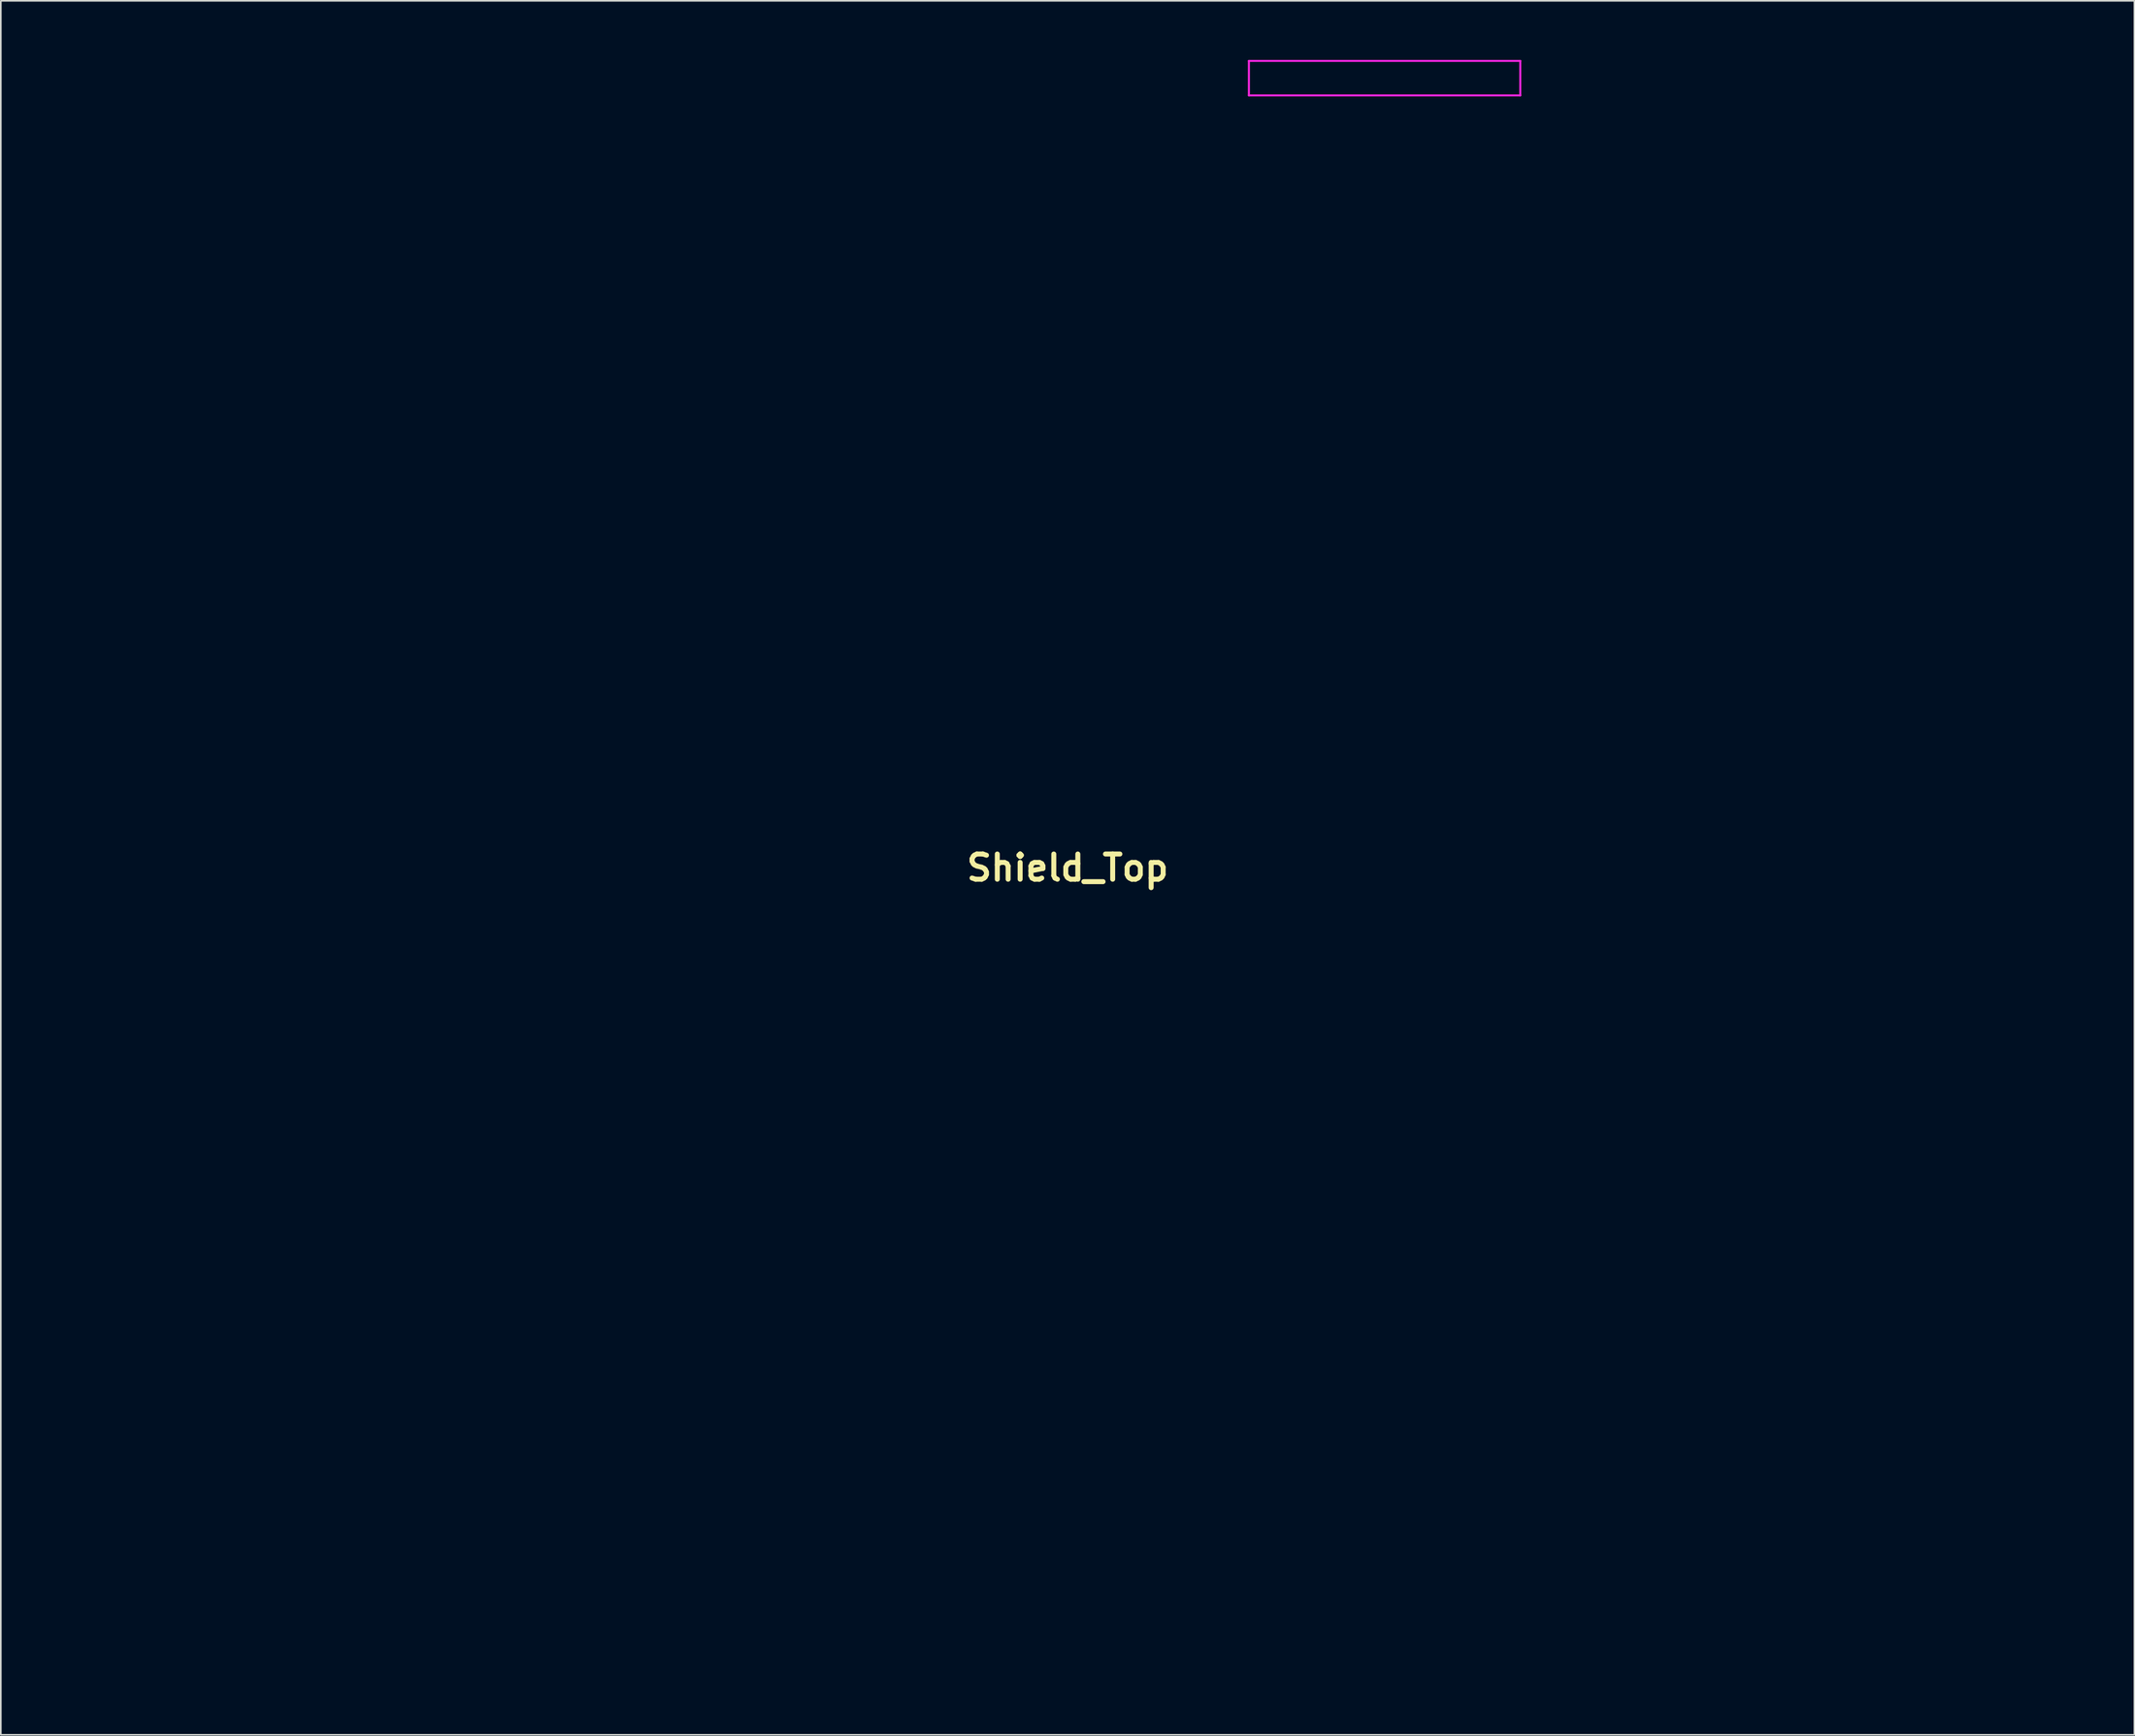
<source format=kicad_pcb>
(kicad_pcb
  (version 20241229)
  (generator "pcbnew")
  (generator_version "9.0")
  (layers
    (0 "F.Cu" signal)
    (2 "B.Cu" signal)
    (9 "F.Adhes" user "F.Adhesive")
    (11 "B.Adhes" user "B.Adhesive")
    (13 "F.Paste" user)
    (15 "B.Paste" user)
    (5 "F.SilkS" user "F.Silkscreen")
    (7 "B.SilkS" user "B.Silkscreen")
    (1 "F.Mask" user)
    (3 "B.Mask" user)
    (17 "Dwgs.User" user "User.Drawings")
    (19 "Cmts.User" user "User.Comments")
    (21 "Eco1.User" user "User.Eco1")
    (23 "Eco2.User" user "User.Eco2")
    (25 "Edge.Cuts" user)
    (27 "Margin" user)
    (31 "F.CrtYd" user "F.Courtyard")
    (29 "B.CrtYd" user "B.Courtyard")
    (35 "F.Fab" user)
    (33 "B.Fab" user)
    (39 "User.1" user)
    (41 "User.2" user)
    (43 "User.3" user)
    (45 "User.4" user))
  (footprint "Shield_Top"
    (layer "F.Cu")
    (at 61.409 49.372)
    (property "Reference" "Shield_Top" (at 0 0 0) (layer "F.SilkS") (effects (font (size 1.524 1.524) (thickness 0.3))))
    (attr through_hole)
    (fp_poly (pts (xy 47.281 -47.786) (xy 47.281 -47.342) (xy 47.279 -46.99) (xy 47.277 -46.718) (xy 47.272 -46.516) (xy 47.264 -46.373) (xy 47.253 -46.278) (xy 47.237 -46.221) (xy 47.217 -46.191) (xy 47.191 -46.177) (xy 47.179 -46.173) (xy 47.096 -46.122) (xy 47.077 -46.076) (xy 47.064 -46.064) (xy 47.023 -46.054) (xy 46.948 -46.045) (xy 46.834 -46.037) (xy 46.674 -46.03) (xy 46.463 -46.024) (xy 46.196 -46.019) (xy 45.867 -46.015) (xy 45.471 -46.012) (xy 45.002 -46.01) (xy 44.454 -46.008) (xy 43.822 -46.007) (xy 43.101 -46.006) (xy 42.285 -46.006) (xy 42.078 -46.006) (xy 37.08 -46.006) (xy 37.08 -49.372) (xy 47.281 -49.372)) (stroke (width 0) (type solid)) (fill yes) (layer "F.Mask"))
    (fp_poly (pts (xy 31.214 -47.786) (xy 31.214 -47.342) (xy 31.213 -46.99) (xy 31.211 -46.718) (xy 31.206 -46.516) (xy 31.198 -46.373) (xy 31.187 -46.278) (xy 31.171 -46.221) (xy 31.151 -46.191) (xy 31.124 -46.177) (xy 31.112 -46.173) (xy 31.03 -46.122) (xy 31.01 -46.076) (xy 30.999 -46.068) (xy 30.961 -46.061) (xy 30.894 -46.054) (xy 30.793 -46.047) (xy 30.655 -46.042) (xy 30.476 -46.036) (xy 30.252 -46.032) (xy 29.98 -46.027) (xy 29.656 -46.024) (xy 29.276 -46.02) (xy 28.836 -46.017) (xy 28.332 -46.015) (xy 27.762 -46.013) (xy 27.121 -46.011) (xy 26.405 -46.009) (xy 25.61 -46.008) (xy 24.733 -46.007) (xy 23.771 -46.007) (xy 22.719 -46.006) (xy 21.573 -46.006) (xy 20.33 -46.006) (xy 19.943 -46.006) (xy 8.875 -46.006) (xy 8.875 -49.372) (xy 31.214 -49.372)) (stroke (width 0) (type solid)) (fill yes) (layer "F.Mask"))
    (fp_poly (pts (xy 44.373 46.597) (xy 44.373 47.176) (xy 44.373 47.661) (xy 44.372 48.061) (xy 44.369 48.384) (xy 44.366 48.639) (xy 44.36 48.833) (xy 44.353 48.975) (xy 44.343 49.075) (xy 44.331 49.138) (xy 44.315 49.176) (xy 44.297 49.195) (xy 44.274 49.203) (xy 44.271 49.204) (xy 44.189 49.255) (xy 44.169 49.301) (xy 44.158 49.305) (xy 44.124 49.309) (xy 44.063 49.313) (xy 43.976 49.317) (xy 43.859 49.32) (xy 43.711 49.324) (xy 43.53 49.327) (xy 43.314 49.33) (xy 43.061 49.333) (xy 42.77 49.336) (xy 42.438 49.339) (xy 42.064 49.341) (xy 41.646 49.343) (xy 41.181 49.346) (xy 40.669 49.348) (xy 40.106 49.35) (xy 39.492 49.352) (xy 38.824 49.354) (xy 38.101 49.355) (xy 37.32 49.357) (xy 36.48 49.359) (xy 35.578 49.36) (xy 34.614 49.361) (xy 33.584 49.363) (xy 32.488 49.364) (xy 31.323 49.365) (xy 30.088 49.366) (xy 28.78 49.367) (xy 27.398 49.367) (xy 25.94 49.368) (xy 24.403 49.369) (xy 22.787 49.369) (xy 21.088 49.37) (xy 19.306 49.37) (xy 17.439 49.371) (xy 15.484 49.371) (xy 13.439 49.371) (xy 11.304 49.371) (xy 9.075 49.372) (xy 6.751 49.372) (xy 4.33 49.372) (xy 1.811 49.372) (xy -0.102 49.372) (xy -44.373 49.372) (xy -44.373 46.774) (xy -18.141 46.774) (xy -18.057 47.097) (xy -17.894 47.372) (xy -17.663 47.584) (xy -17.394 47.713) (xy -17.208 47.765) (xy -17.07 47.782) (xy -16.933 47.766) (xy -16.755 47.717) (xy -16.476 47.583) (xy -16.247 47.376) (xy -16.083 47.115) (xy -15.995 46.822) (xy -15.995 46.808) (xy 15.989 46.808) (xy 16.075 47.094) (xy 16.233 47.354) (xy 16.448 47.565) (xy 16.708 47.705) (xy 16.735 47.714) (xy 16.915 47.765) (xy 17.05 47.782) (xy 17.187 47.766) (xy 17.372 47.716) (xy 17.642 47.588) (xy 17.879 47.388) (xy 18.036 47.166) (xy 18.132 46.877) (xy 18.139 46.578) (xy 18.063 46.289) (xy 17.913 46.028) (xy 17.697 45.813) (xy 17.423 45.665) (xy 17.398 45.656) (xy 17.104 45.601) (xy 16.812 45.641) (xy 16.58 45.733) (xy 16.319 45.916) (xy 16.121 46.164) (xy 16.002 46.454) (xy 15.989 46.518) (xy 15.989 46.808) (xy -15.995 46.808) (xy -15.994 46.53) (xy -16.086 46.233) (xy -16.255 45.981) (xy -16.484 45.785) (xy -16.755 45.656) (xy -17.05 45.605) (xy -17.353 45.642) (xy -17.398 45.656) (xy -17.672 45.796) (xy -17.897 46.005) (xy -18.057 46.263) (xy -18.139 46.549) (xy -18.141 46.774) (xy -44.373 46.774) (xy -44.373 44.016) (xy 44.373 44.016)) (stroke (width 0) (type solid)) (fill yes) (layer "F.Mask"))
    (fp_poly (pts (xy -13.873 -46.006) (xy -34.364 -45.993) (xy -36.088 -45.992) (xy -37.713 -45.991) (xy -39.242 -45.99) (xy -40.678 -45.989) (xy -42.023 -45.988) (xy -43.282 -45.987) (xy -44.456 -45.985) (xy -45.549 -45.984) (xy -46.564 -45.983) (xy -47.503 -45.981) (xy -48.371 -45.98) (xy -49.169 -45.978) (xy -49.9 -45.976) (xy -50.568 -45.974) (xy -51.176 -45.972) (xy -51.726 -45.97) (xy -52.222 -45.967) (xy -52.666 -45.965) (xy -53.062 -45.962) (xy -53.412 -45.959) (xy -53.72 -45.955) (xy -53.987 -45.951) (xy -54.219 -45.947) (xy -54.416 -45.943) (xy -54.583 -45.939) (xy -54.722 -45.934) (xy -54.836 -45.928) (xy -54.929 -45.923) (xy -55.002 -45.917) (xy -55.06 -45.91) (xy -55.105 -45.903) (xy -55.14 -45.896) (xy -55.161 -45.891) (xy -55.343 -45.828) (xy -55.578 -45.733) (xy -55.827 -45.623) (xy -55.951 -45.563) (xy -56.183 -45.443) (xy -56.373 -45.327) (xy -56.55 -45.191) (xy -56.744 -45.014) (xy -56.899 -44.862) (xy -57.115 -44.64) (xy -57.276 -44.454) (xy -57.404 -44.275) (xy -57.519 -44.075) (xy -57.601 -43.914) (xy -57.642 -43.834) (xy -57.681 -43.764) (xy -57.717 -43.702) (xy -57.75 -43.643) (xy -57.781 -43.585) (xy -57.81 -43.524) (xy -57.836 -43.455) (xy -57.859 -43.376) (xy -57.881 -43.283) (xy -57.901 -43.172) (xy -57.918 -43.039) (xy -57.934 -42.88) (xy -57.948 -42.693) (xy -57.961 -42.474) (xy -57.972 -42.218) (xy -57.981 -41.922) (xy -57.989 -41.583) (xy -57.996 -41.197) (xy -58.002 -40.76) (xy -58.006 -40.269) (xy -58.01 -39.72) (xy -58.013 -39.109) (xy -58.015 -38.433) (xy -58.017 -37.687) (xy -58.018 -36.87) (xy -58.018 -35.976) (xy -58.018 -35.002) (xy -58.018 -33.944) (xy -58.018 -32.8) (xy -58.017 -31.565) (xy -58.017 -30.235) (xy -58.017 -28.807) (xy -58.017 -28.69) (xy -58.017 -14.613) (xy -57.885 -14.332) (xy -57.658 -13.953) (xy -57.369 -13.653) (xy -57.01 -13.425) (xy -56.793 -13.333) (xy -56.741 -13.315) (xy -56.68 -13.3) (xy -56.603 -13.287) (xy -56.503 -13.275) (xy -56.372 -13.265) (xy -56.205 -13.256) (xy -55.994 -13.249) (xy -55.731 -13.242) (xy -55.41 -13.236) (xy -55.024 -13.23) (xy -54.566 -13.225) (xy -54.029 -13.22) (xy -53.405 -13.214) (xy -52.687 -13.209) (xy -52.509 -13.207) (xy -51.752 -13.201) (xy -51.09 -13.196) (xy -50.512 -13.19) (xy -50.01 -13.184) (xy -49.577 -13.177) (xy -49.203 -13.168) (xy -48.88 -13.157) (xy -48.599 -13.144) (xy -48.353 -13.127) (xy -48.131 -13.107) (xy -47.927 -13.083) (xy -47.731 -13.054) (xy -47.535 -13.021) (xy -47.33 -12.981) (xy -47.108 -12.936) (xy -46.86 -12.884) (xy -46.812 -12.874) (xy -45.577 -12.563) (xy -44.375 -12.155) (xy -43.207 -11.652) (xy -42.074 -11.053) (xy -40.979 -10.361) (xy -39.962 -9.606) (xy -39.615 -9.315) (xy -39.23 -8.965) (xy -38.827 -8.579) (xy -38.427 -8.177) (xy -38.053 -7.78) (xy -37.724 -7.41) (xy -37.542 -7.192) (xy -37.247 -6.805) (xy -36.93 -6.36) (xy -36.61 -5.886) (xy -36.306 -5.412) (xy -36.037 -4.966) (xy -35.885 -4.693) (xy -35.731 -4.416) (xy -35.608 -4.213) (xy -35.499 -4.067) (xy -35.39 -3.961) (xy -35.267 -3.877) (xy -35.146 -3.813) (xy -34.912 -3.698) (xy -27.848 -3.683) (xy -26.67 -3.681) (xy -25.594 -3.68) (xy -24.62 -3.68) (xy -23.746 -3.681) (xy -22.973 -3.683) (xy -22.301 -3.686) (xy -21.728 -3.69) (xy -21.256 -3.695) (xy -20.882 -3.701) (xy -20.608 -3.708) (xy -20.433 -3.716) (xy -20.378 -3.721) (xy -19.961 -3.812) (xy -19.572 -3.965) (xy -19.241 -4.167) (xy -19.159 -4.234) (xy -19.04 -4.353) (xy -18.888 -4.525) (xy -18.73 -4.719) (xy -18.677 -4.789) (xy -18.519 -4.986) (xy -18.315 -5.221) (xy -18.095 -5.461) (xy -17.927 -5.635) (xy -17.22 -6.27) (xy -16.456 -6.822) (xy -15.634 -7.289) (xy -14.755 -7.672) (xy -13.819 -7.971) (xy -13.433 -8.066) (xy -13.346 -8.085) (xy -13.261 -8.102) (xy -13.172 -8.117) (xy -13.071 -8.13) (xy -12.953 -8.142) (xy -12.81 -8.151) (xy -12.635 -8.16) (xy -12.422 -8.167) (xy -12.164 -8.174) (xy -11.854 -8.179) (xy -11.486 -8.184) (xy -11.052 -8.189) (xy -10.545 -8.193) (xy -9.96 -8.197) (xy -9.288 -8.202) (xy -8.524 -8.206) (xy -8.212 -8.208) (xy -3.494 -8.237) (xy -3.2 -8.356) (xy -2.837 -8.545) (xy -2.491 -8.802) (xy -2.2 -9.098) (xy -2.15 -9.163) (xy -2.037 -9.343) (xy -1.913 -9.587) (xy -1.796 -9.86) (xy -1.76 -9.954) (xy -1.366 -10.898) (xy -0.901 -11.77) (xy -0.364 -12.571) (xy 0.246 -13.3) (xy 0.93 -13.96) (xy 1.688 -14.551) (xy 1.913 -14.703) (xy 2.653 -15.146) (xy 3.418 -15.511) (xy 3.54 -15.556) (xy 35.55 -15.556) (xy 35.598 -15.268) (xy 35.729 -14.993) (xy 35.926 -14.756) (xy 36.171 -14.585) (xy 36.184 -14.579) (xy 36.462 -14.5) (xy 36.765 -14.497) (xy 37.057 -14.569) (xy 37.245 -14.668) (xy 37.48 -14.889) (xy 37.634 -15.151) (xy 37.707 -15.438) (xy 37.701 -15.731) (xy 37.618 -16.012) (xy 37.458 -16.265) (xy 37.222 -16.472) (xy 37.12 -16.53) (xy 36.879 -16.607) (xy 36.6 -16.626) (xy 36.327 -16.588) (xy 36.168 -16.528) (xy 35.91 -16.345) (xy 35.711 -16.1) (xy 35.587 -15.815) (xy 35.55 -15.556) (xy 3.54 -15.556) (xy 4.226 -15.807) (xy 5.096 -16.04) (xy 5.508 -16.126) (xy 6.095 -16.238) (xy 19.101 -16.267) (xy 32.107 -16.296) (xy 32.617 -16.436) (xy 33.221 -16.643) (xy 33.281 -16.671) (xy 57.643 -16.671) (xy 57.66 -16.364) (xy 57.774 -16.069) (xy 57.931 -15.851) (xy 58.068 -15.718) (xy 58.208 -15.611) (xy 58.272 -15.576) (xy 58.483 -15.521) (xy 58.74 -15.508) (xy 58.995 -15.535) (xy 59.202 -15.601) (xy 59.205 -15.602) (xy 59.477 -15.795) (xy 59.669 -16.047) (xy 59.775 -16.351) (xy 59.795 -16.583) (xy 59.749 -16.896) (xy 59.625 -17.161) (xy 59.438 -17.375) (xy 59.205 -17.53) (xy 58.942 -17.623) (xy 58.663 -17.646) (xy 58.384 -17.596) (xy 58.121 -17.465) (xy 57.898 -17.259) (xy 57.722 -16.973) (xy 57.643 -16.671) (xy 33.281 -16.671) (xy 33.833 -16.928) (xy 34.425 -17.276) (xy 34.908 -17.624) (xy 35.4 -18.001) (xy 35.849 -18.31) (xy 36.279 -18.561) (xy 36.71 -18.766) (xy 37.165 -18.935) (xy 37.665 -19.08) (xy 37.921 -19.143) (xy 37.98 -19.156) (xy 38.038 -19.168) (xy 38.102 -19.179) (xy 38.176 -19.189) (xy 38.264 -19.198) (xy 38.371 -19.206) (xy 38.502 -19.214) (xy 38.661 -19.221) (xy 38.853 -19.227) (xy 39.083 -19.232) (xy 39.354 -19.237) (xy 39.673 -19.241) (xy 40.042 -19.245) (xy 40.468 -19.249) (xy 40.954 -19.252) (xy 41.505 -19.256) (xy 42.127 -19.259) (xy 42.822 -19.262) (xy 43.597 -19.265) (xy 44.455 -19.267) (xy 45.401 -19.271) (xy 46.441 -19.274) (xy 47.561 -19.277) (xy 56.742 -19.305) (xy 57.065 -19.48) (xy 57.413 -19.718) (xy 57.69 -20.021) (xy 57.883 -20.351) (xy 58.017 -20.631) (xy 58.032 -31.98) (xy 58.033 -33.393) (xy 58.034 -34.705) (xy 58.035 -35.92) (xy 58.035 -37.038) (xy 58.035 -38.062) (xy 58.034 -38.994) (xy 58.032 -39.834) (xy 58.03 -40.586) (xy 58.028 -41.251) (xy 58.024 -41.831) (xy 58.021 -42.329) (xy 58.016 -42.744) (xy 58.012 -43.081) (xy 58.006 -43.34) (xy 58 -43.524) (xy 57.994 -43.634) (xy 57.99 -43.659) (xy 57.94 -43.866) (xy 57.856 -44.115) (xy 57.755 -44.362) (xy 57.73 -44.416) (xy 57.459 -44.868) (xy 57.111 -45.252) (xy 56.686 -45.571) (xy 56.183 -45.823) (xy 56.028 -45.883) (xy 55.931 -45.912) (xy 55.812 -45.936) (xy 55.658 -45.955) (xy 55.455 -45.97) (xy 55.19 -45.982) (xy 54.849 -45.993) (xy 54.447 -46.003) (xy 53.121 -46.031) (xy 53.117 -46.538) (xy 57.649 -46.538) (xy 57.738 -46.242) (xy 57.925 -45.969) (xy 57.966 -45.927) (xy 58.232 -45.724) (xy 58.524 -45.619) (xy 58.834 -45.612) (xy 59.154 -45.706) (xy 59.209 -45.731) (xy 59.477 -45.916) (xy 59.667 -46.152) (xy 59.777 -46.424) (xy 59.805 -46.715) (xy 59.746 -47.008) (xy 59.6 -47.287) (xy 59.473 -47.436) (xy 59.21 -47.636) (xy 58.923 -47.746) (xy 58.629 -47.768) (xy 58.344 -47.706) (xy 58.085 -47.562) (xy 57.868 -47.338) (xy 57.768 -47.172) (xy 57.658 -46.851) (xy 57.649 -46.538) (xy 53.117 -46.538) (xy 53.107 -47.702) (xy 53.094 -49.372) (xy 61.409 -49.372) (xy 61.409 49.372) (xy 54.013 49.372) (xy 54.013 46.697) (xy 57.65 46.697) (xy 57.743 47.017) (xy 57.768 47.07) (xy 57.951 47.335) (xy 58.196 47.531) (xy 58.463 47.639) (xy 58.627 47.672) (xy 58.757 47.678) (xy 58.899 47.653) (xy 59.05 47.611) (xy 59.319 47.483) (xy 59.54 47.282) (xy 59.701 47.03) (xy 59.791 46.748) (xy 59.796 46.456) (xy 59.777 46.356) (xy 59.654 46.043) (xy 59.466 45.804) (xy 59.209 45.629) (xy 58.888 45.519) (xy 58.575 45.51) (xy 58.279 45.599) (xy 58.007 45.786) (xy 57.965 45.826) (xy 57.762 46.093) (xy 57.657 46.386) (xy 57.65 46.697) (xy 54.013 46.697) (xy 54.013 44.029) (xy 54.173 43.997) (xy 54.332 43.976) (xy 54.517 43.966) (xy 54.547 43.965) (xy 54.703 43.952) (xy 54.914 43.918) (xy 55.137 43.869) (xy 55.162 43.863) (xy 55.748 43.662) (xy 56.285 43.375) (xy 56.766 43.007) (xy 57.182 42.565) (xy 57.525 42.057) (xy 57.634 41.849) (xy 57.695 41.725) (xy 57.749 41.615) (xy 57.797 41.513) (xy 57.839 41.412) (xy 57.875 41.305) (xy 57.906 41.187) (xy 57.932 41.051) (xy 57.954 40.889) (xy 57.971 40.697) (xy 57.985 40.467) (xy 57.996 40.192) (xy 58.005 39.867) (xy 58.01 39.485) (xy 58.014 39.039) (xy 58.016 38.522) (xy 58.017 37.93) (xy 58.017 37.254) (xy 58.017 36.488) (xy 58.017 35.703) (xy 58.017 30.628) (xy 57.898 30.283) (xy 57.702 29.836) (xy 57.441 29.449) (xy 57.103 29.111) (xy 56.679 28.807) (xy 56.589 28.754) (xy 56.227 28.503) (xy 55.887 28.193) (xy 55.596 27.852) (xy 55.378 27.504) (xy 55.376 27.499) (xy 55.256 27.24) (xy 55.166 26.989) (xy 55.103 26.727) (xy 55.063 26.435) (xy 55.043 26.092) (xy 55.04 25.678) (xy 55.044 25.462) (xy 57.651 25.462) (xy 57.654 25.757) (xy 57.738 26.041) (xy 57.897 26.295) (xy 58.127 26.502) (xy 58.272 26.583) (xy 58.548 26.661) (xy 58.85 26.663) (xy 59.14 26.592) (xy 59.329 26.492) (xy 59.561 26.275) (xy 59.713 26.016) (xy 59.788 25.733) (xy 59.787 25.444) (xy 59.711 25.167) (xy 59.563 24.918) (xy 59.343 24.715) (xy 59.153 24.612) (xy 58.841 24.534) (xy 58.525 24.55) (xy 58.225 24.656) (xy 57.963 24.846) (xy 57.9 24.911) (xy 57.732 25.174) (xy 57.651 25.462) (xy 55.044 25.462) (xy 55.045 25.411) (xy 55.054 25.066) (xy 55.064 24.804) (xy 55.079 24.605) (xy 55.099 24.451) (xy 55.127 24.321) (xy 55.166 24.197) (xy 55.194 24.119) (xy 55.441 23.597) (xy 55.763 23.142) (xy 56.165 22.75) (xy 56.613 22.438) (xy 57.056 22.132) (xy 57.412 21.783) (xy 57.694 21.379) (xy 57.902 20.933) (xy 58.017 20.631) (xy 58.032 4.692) (xy 58.033 3.007) (xy 58.034 1.422) (xy 58.035 -0.065) (xy 58.035 -1.454) (xy 58.035 -2.747) (xy 58.035 -3.946) (xy 58.034 -5.052) (xy 58.033 -6.067) (xy 58.031 -6.992) (xy 58.029 -7.829) (xy 58.027 -8.58) (xy 58.024 -9.245) (xy 58.021 -9.827) (xy 58.017 -10.327) (xy 58.013 -10.747) (xy 58.009 -11.088) (xy 58.004 -11.352) (xy 57.999 -11.54) (xy 57.993 -11.654) (xy 57.991 -11.68) (xy 57.861 -12.312) (xy 57.64 -12.935) (xy 57.337 -13.528) (xy 56.961 -14.069) (xy 56.751 -14.312) (xy 56.256 -14.782) (xy 55.72 -15.167) (xy 55.129 -15.476) (xy 54.538 -15.696) (xy 54.09 -15.837) (xy 47.93 -15.851) (xy 46.986 -15.853) (xy 46.137 -15.855) (xy 45.38 -15.856) (xy 44.707 -15.857) (xy 44.114 -15.857) (xy 43.594 -15.855) (xy 43.143 -15.852) (xy 42.753 -15.848) (xy 42.421 -15.841) (xy 42.139 -15.832) (xy 41.902 -15.821) (xy 41.706 -15.807) (xy 41.543 -15.79) (xy 41.408 -15.77) (xy 41.297 -15.746) (xy 41.202 -15.719) (xy 41.118 -15.687) (xy 41.04 -15.652) (xy 40.962 -15.612) (xy 40.878 -15.567) (xy 40.829 -15.541) (xy 40.541 -15.355) (xy 40.247 -15.102) (xy 39.973 -14.81) (xy 39.747 -14.508) (xy 39.64 -14.321) (xy 39.591 -14.221) (xy 39.547 -14.128) (xy 39.508 -14.038) (xy 39.474 -13.942) (xy 39.444 -13.837) (xy 39.419 -13.714) (xy 39.397 -13.568) (xy 39.38 -13.394) (xy 39.365 -13.184) (xy 39.353 -12.933) (xy 39.344 -12.634) (xy 39.338 -12.282) (xy 39.334 -11.87) (xy 39.331 -11.392) (xy 39.33 -10.842) (xy 39.33 -10.214) (xy 39.332 -9.502) (xy 39.334 -8.699) (xy 39.336 -7.915) (xy 39.35 -2.573) (xy 39.517 -2.234) (xy 39.743 -1.879) (xy 40.038 -1.583) (xy 40.382 -1.364) (xy 40.487 -1.318) (xy 40.565 -1.288) (xy 40.643 -1.264) (xy 40.732 -1.244) (xy 40.843 -1.228) (xy 40.986 -1.215) (xy 41.174 -1.205) (xy 41.417 -1.197) (xy 41.725 -1.189) (xy 42.111 -1.182) (xy 42.584 -1.175) (xy 42.741 -1.173) (xy 43.263 -1.165) (xy 43.694 -1.157) (xy 44.045 -1.147) (xy 44.328 -1.135) (xy 44.553 -1.119) (xy 44.731 -1.098) (xy 44.874 -1.069) (xy 44.992 -1.033) (xy 45.098 -0.986) (xy 45.201 -0.929) (xy 45.313 -0.86) (xy 45.324 -0.853) (xy 45.504 -0.716) (xy 45.701 -0.53) (xy 45.887 -0.326) (xy 46.033 -0.134) (xy 46.081 -0.053) (xy 46.133 0.047) (xy 46.178 0.138) (xy 46.215 0.226) (xy 46.246 0.322) (xy 46.272 0.433) (xy 46.292 0.568) (xy 46.309 0.737) (xy 46.322 0.948) (xy 46.332 1.209) (xy 46.339 1.529) (xy 46.346 1.918) (xy 46.351 2.382) (xy 46.356 2.933) (xy 46.361 3.519) (xy 46.388 6.503) (xy 46.526 6.784) (xy 46.758 7.152) (xy 47.055 7.442) (xy 47.419 7.657) (xy 47.851 7.797) (xy 48.202 7.851) (xy 48.445 7.881) (xy 48.678 7.921) (xy 48.862 7.964) (xy 48.911 7.98) (xy 49.328 8.182) (xy 49.689 8.463) (xy 49.983 8.811) (xy 50.201 9.213) (xy 50.332 9.658) (xy 50.339 9.702) (xy 50.354 9.851) (xy 50.367 10.085) (xy 50.377 10.387) (xy 50.384 10.74) (xy 50.388 11.127) (xy 50.39 11.531) (xy 50.389 11.936) (xy 50.385 12.324) (xy 50.379 12.679) (xy 50.37 12.984) (xy 50.358 13.222) (xy 50.343 13.376) (xy 50.342 13.383) (xy 50.218 13.836) (xy 50.006 14.244) (xy 49.712 14.599) (xy 49.341 14.894) (xy 48.899 15.123) (xy 48.786 15.167) (xy 48.705 15.178) (xy 48.529 15.189) (xy 48.257 15.199) (xy 47.888 15.209) (xy 47.421 15.217) (xy 46.856 15.226) (xy 46.191 15.233) (xy 45.426 15.24) (xy 44.56 15.246) (xy 44.169 15.249) (xy 39.707 15.276) (xy 39.386 15.424) (xy 39.056 15.627) (xy 38.764 15.904) (xy 38.535 16.23) (xy 38.448 16.411) (xy 38.33 16.704) (xy 38.304 26.726) (xy 38.279 36.748) (xy 38.133 37.044) (xy 37.928 37.378) (xy 37.659 37.688) (xy 37.355 37.947) (xy 37.121 38.09) (xy 36.85 38.205) (xy 36.566 38.282) (xy 36.249 38.321) (xy 35.875 38.326) (xy 35.479 38.304) (xy 34.578 38.204) (xy 33.738 38.043) (xy 32.936 37.815) (xy 32.146 37.513) (xy 31.648 37.283) (xy 31.448 37.184) (xy 31.26 37.085) (xy 31.072 36.978) (xy 30.869 36.857) (xy 30.639 36.711) (xy 30.369 36.534) (xy 30.044 36.316) (xy 29.652 36.049) (xy 29.557 35.984) (xy 28.785 35.513) (xy 27.959 35.116) (xy 27.094 34.796) (xy 26.674 34.684) (xy 33.569 34.684) (xy 33.57 34.716) (xy 33.637 35.042) (xy 33.784 35.313) (xy 34.003 35.52) (xy 34.282 35.653) (xy 34.612 35.703) (xy 34.632 35.703) (xy 34.913 35.673) (xy 35.146 35.584) (xy 35.394 35.401) (xy 35.571 35.16) (xy 35.675 34.883) (xy 35.703 34.588) (xy 35.652 34.295) (xy 35.521 34.024) (xy 35.384 33.862) (xy 35.127 33.682) (xy 34.835 33.586) (xy 34.528 33.574) (xy 34.23 33.646) (xy 33.961 33.803) (xy 33.9 33.857) (xy 33.701 34.099) (xy 33.593 34.368) (xy 33.569 34.684) (xy 26.674 34.684) (xy 26.206 34.559) (xy 25.313 34.41) (xy 24.43 34.355) (xy 24.405 34.355) (xy 23.639 34.351) (xy 23.298 34.519) (xy 22.932 34.754) (xy 22.631 35.066) (xy 22.431 35.389) (xy 22.403 35.449) (xy 22.379 35.51) (xy 22.36 35.581) (xy 22.344 35.673) (xy 22.332 35.795) (xy 22.323 35.958) (xy 22.316 36.173) (xy 22.311 36.448) (xy 22.307 36.796) (xy 22.303 37.225) (xy 22.299 37.73) (xy 22.284 39.834) (xy 6.835 39.834) (xy 6.835 37.2) (xy 8.47 37.2) (xy 8.51 37.474) (xy 8.546 37.578) (xy 8.71 37.85) (xy 8.936 38.052) (xy 9.208 38.178) (xy 9.508 38.224) (xy 9.819 38.184) (xy 10.071 38.082) (xy 10.313 37.897) (xy 10.484 37.657) (xy 10.581 37.381) (xy 10.603 37.087) (xy 10.547 36.796) (xy 10.411 36.526) (xy 10.252 36.347) (xy 9.986 36.168) (xy 9.695 36.079) (xy 9.397 36.076) (xy 9.111 36.157) (xy 8.852 36.316) (xy 8.64 36.552) (xy 8.566 36.678) (xy 8.489 36.919) (xy 8.47 37.2) (xy 6.835 37.2) (xy 6.835 26.382) (xy 6.835 24.803) (xy 6.835 24.762) (xy 10.226 24.762) (xy 10.226 30.985) (xy 10.343 31.273) (xy 10.547 31.645) (xy 10.831 31.965) (xy 11.181 32.219) (xy 11.48 32.359) (xy 11.568 32.386) (xy 11.673 32.406) (xy 11.808 32.419) (xy 11.99 32.425) (xy 12.232 32.426) (xy 12.55 32.422) (xy 12.853 32.415) (xy 13.249 32.403) (xy 13.67 32.385) (xy 14.084 32.363) (xy 14.461 32.338) (xy 14.769 32.313) (xy 14.788 32.311) (xy 15.458 32.237) (xy 16.119 32.148) (xy 16.794 32.04) (xy 17.503 31.909) (xy 18.269 31.752) (xy 19.05 31.579) (xy 19.485 31.486) (xy 19.975 31.391) (xy 20.488 31.299) (xy 20.99 31.216) (xy 21.447 31.148) (xy 21.702 31.115) (xy 21.933 31.089) (xy 22.164 31.066) (xy 22.403 31.046) (xy 22.657 31.029) (xy 22.934 31.014) (xy 23.242 31.001) (xy 23.586 30.99) (xy 23.976 30.981) (xy 24.418 30.974) (xy 24.92 30.969) (xy 25.488 30.965) (xy 26.132 30.962) (xy 26.857 30.96) (xy 27.672 30.96) (xy 28.305 30.959) (xy 29.263 30.959) (xy 30.119 30.957) (xy 30.875 30.954) (xy 31.532 30.95) (xy 32.091 30.945) (xy 32.553 30.938) (xy 32.919 30.931) (xy 33.189 30.922) (xy 33.366 30.912) (xy 33.434 30.904) (xy 33.65 30.85) (xy 33.867 30.775) (xy 33.968 30.73) (xy 34.193 30.581) (xy 34.424 30.368) (xy 34.632 30.123) (xy 34.786 29.879) (xy 34.801 29.848) (xy 34.912 29.608) (xy 34.912 16.6) (xy 34.746 16.262) (xy 34.521 15.906) (xy 34.229 15.623) (xy 33.873 15.41) (xy 33.586 15.276) (xy 23.64 15.262) (xy 22.446 15.26) (xy 21.35 15.259) (xy 20.347 15.258) (xy 19.433 15.257) (xy 18.604 15.257) (xy 17.855 15.257) (xy 17.182 15.257) (xy 16.581 15.258) (xy 16.047 15.259) (xy 15.576 15.261) (xy 15.164 15.264) (xy 14.807 15.267) (xy 14.499 15.27) (xy 14.237 15.274) (xy 14.016 15.279) (xy 13.833 15.285) (xy 13.682 15.291) (xy 13.56 15.298) (xy 13.461 15.306) (xy 13.383 15.314) (xy 13.319 15.323) (xy 13.287 15.33) (xy 12.695 15.498) (xy 12.149 15.755) (xy 11.655 16.093) (xy 11.22 16.506) (xy 10.851 16.988) (xy 10.554 17.531) (xy 10.337 18.13) (xy 10.322 18.183) (xy 10.308 18.24) (xy 10.295 18.302) (xy 10.284 18.375) (xy 10.274 18.464) (xy 10.265 18.575) (xy 10.257 18.715) (xy 10.251 18.887) (xy 10.245 19.099) (xy 10.24 19.355) (xy 10.237 19.662) (xy 10.233 20.024) (xy 10.231 20.448) (xy 10.229 20.94) (xy 10.228 21.504) (xy 10.227 22.147) (xy 10.227 22.874) (xy 10.226 23.69) (xy 10.226 24.603) (xy 10.226 24.762) (xy 6.835 24.762) (xy 6.836 23.32) (xy 6.837 21.931) (xy 6.838 20.638) (xy 6.84 19.442) (xy 6.842 18.341) (xy 6.845 17.338) (xy 6.847 16.433) (xy 6.851 15.625) (xy 6.854 14.917) (xy 6.857 14.538) (xy 8.468 14.538) (xy 8.498 14.828) (xy 8.601 15.098) (xy 8.776 15.329) (xy 9.002 15.492) (xy 9.322 15.613) (xy 9.631 15.635) (xy 9.938 15.556) (xy 10.035 15.511) (xy 10.289 15.329) (xy 10.472 15.091) (xy 10.579 14.818) (xy 10.611 14.527) (xy 10.564 14.236) (xy 10.437 13.966) (xy 10.23 13.736) (xy 9.946 13.561) (xy 9.644 13.479) (xy 9.338 13.489) (xy 9.046 13.592) (xy 8.84 13.735) (xy 8.638 13.972) (xy 8.514 14.246) (xy 8.468 14.538) (xy 6.857 14.538) (xy 6.858 14.307) (xy 6.863 13.796) (xy 6.868 13.386) (xy 6.873 13.076) (xy 6.878 12.866) (xy 6.884 12.759) (xy 6.886 12.745) (xy 7.023 12.44) (xy 7.249 12.175) (xy 7.388 12.064) (xy 7.608 11.909) (xy 24.117 11.883) (xy 25.667 11.881) (xy 27.119 11.878) (xy 28.475 11.876) (xy 29.739 11.873) (xy 30.914 11.871) (xy 32.003 11.869) (xy 33.01 11.866) (xy 33.938 11.864) (xy 34.789 11.862) (xy 35.569 11.859) (xy 36.278 11.856) (xy 36.922 11.854) (xy 37.502 11.851) (xy 38.023 11.848) (xy 38.488 11.844) (xy 38.9 11.841) (xy 39.261 11.837) (xy 39.577 11.833) (xy 39.849 11.829) (xy 40.08 11.824) (xy 40.275 11.819) (xy 40.437 11.814) (xy 40.568 11.809) (xy 40.672 11.803) (xy 40.753 11.796) (xy 40.812 11.79) (xy 40.855 11.783) (xy 40.88 11.776) (xy 41.405 11.561) (xy 41.457 11.527) (xy 45.601 11.527) (xy 45.637 11.811) (xy 45.744 12.078) (xy 45.918 12.311) (xy 46.153 12.491) (xy 46.432 12.6) (xy 46.59 12.634) (xy 46.71 12.64) (xy 46.845 12.618) (xy 46.946 12.593) (xy 47.213 12.479) (xy 47.452 12.288) (xy 47.633 12.046) (xy 47.645 12.024) (xy 47.706 11.875) (xy 47.733 11.717) (xy 47.733 11.507) (xy 47.731 11.47) (xy 47.712 11.265) (xy 47.676 11.122) (xy 47.608 11) (xy 47.555 10.93) (xy 47.301 10.683) (xy 47.019 10.527) (xy 46.72 10.465) (xy 46.418 10.496) (xy 46.123 10.624) (xy 45.961 10.743) (xy 45.759 10.976) (xy 45.64 11.243) (xy 45.601 11.527) (xy 41.457 11.527) (xy 41.866 11.267) (xy 42.26 10.9) (xy 42.581 10.465) (xy 42.823 9.966) (xy 42.85 9.895) (xy 42.875 9.821) (xy 42.897 9.749) (xy 42.915 9.671) (xy 42.93 9.577) (xy 42.942 9.458) (xy 42.952 9.306) (xy 42.96 9.111) (xy 42.966 8.865) (xy 42.971 8.558) (xy 42.975 8.182) (xy 42.979 7.727) (xy 42.983 7.185) (xy 42.985 6.784) (xy 42.989 6.107) (xy 42.991 5.523) (xy 42.99 5.025) (xy 42.985 4.604) (xy 42.974 4.251) (xy 42.957 3.957) (xy 42.933 3.715) (xy 42.899 3.516) (xy 42.856 3.352) (xy 42.802 3.214) (xy 42.736 3.093) (xy 42.657 2.982) (xy 42.563 2.871) (xy 42.455 2.754) (xy 42.234 2.551) (xy 41.989 2.401) (xy 41.699 2.294) (xy 41.346 2.224) (xy 40.984 2.187) (xy 40.297 2.107) (xy 39.667 1.96) (xy 39.069 1.74) (xy 38.48 1.436) (xy 38.028 1.149) (xy 37.504 0.819) (xy 36.994 0.563) (xy 36.468 0.365) (xy 36.413 0.348) (xy 36.034 0.23) (xy 28.894 0.214) (xy 27.808 0.212) (xy 26.822 0.21) (xy 25.93 0.21) (xy 25.131 0.21) (xy 24.42 0.211) (xy 23.795 0.212) (xy 23.252 0.215) (xy 22.787 0.218) (xy 22.398 0.223) (xy 22.081 0.228) (xy 21.832 0.234) (xy 21.649 0.241) (xy 21.528 0.249) (xy 21.473 0.256) (xy 21.079 0.379) (xy 20.68 0.574) (xy 20.313 0.822) (xy 20.118 0.994) (xy 19.865 1.267) (xy 19.667 1.542) (xy 19.515 1.839) (xy 19.401 2.176) (xy 19.318 2.574) (xy 19.258 3.05) (xy 19.252 3.121) (xy 19.211 3.505) (xy 19.163 3.817) (xy 19.102 4.088) (xy 19.03 4.327) (xy 18.775 4.933) (xy 18.438 5.481) (xy 18.024 5.966) (xy 17.539 6.384) (xy 16.987 6.728) (xy 16.373 6.995) (xy 16.217 7.047) (xy 15.837 7.166) (xy -0.587 7.166) (xy -0.923 7.002) (xy -1.313 6.757) (xy -1.646 6.44) (xy -1.908 6.065) (xy -2.088 5.65) (xy -2.136 5.468) (xy -2.15 5.347) (xy -2.163 5.131) (xy -2.173 4.82) (xy -2.18 4.469) (xy -0.561 4.469) (xy -0.537 4.759) (xy -0.439 5.032) (xy -0.272 5.27) (xy -0.038 5.456) (xy 0.135 5.536) (xy 0.401 5.6) (xy 0.662 5.59) (xy 0.836 5.548) (xy 1.041 5.446) (xy 1.247 5.279) (xy 1.42 5.079) (xy 1.529 4.875) (xy 1.53 4.871) (xy 1.573 4.605) (xy 1.551 4.313) (xy 1.469 4.04) (xy 1.404 3.92) (xy 1.192 3.685) (xy 0.93 3.527) (xy 0.639 3.448) (xy 0.337 3.452) (xy 0.045 3.542) (xy -0.17 3.679) (xy -0.381 3.911) (xy -0.511 4.181) (xy -0.561 4.469) (xy -2.18 4.469) (xy -2.181 4.411) (xy -2.187 3.905) (xy -2.191 3.299) (xy -2.193 2.593) (xy -2.193 2.267) (xy -2.193 -0.663) (xy 1.158 -0.663) (xy 1.188 -0.038) (xy 1.234 0.5) (xy 1.322 0.97) (xy 1.46 1.401) (xy 1.638 1.791) (xy 1.915 2.229) (xy 2.271 2.645) (xy 2.684 3.018) (xy 3.132 3.33) (xy 3.593 3.56) (xy 3.604 3.564) (xy 3.714 3.607) (xy 3.817 3.645) (xy 3.921 3.678) (xy 4.031 3.707) (xy 4.154 3.731) (xy 4.297 3.752) (xy 4.467 3.77) (xy 4.669 3.785) (xy 4.91 3.796) (xy 5.197 3.805) (xy 5.536 3.811) (xy 5.934 3.816) (xy 6.397 3.818) (xy 6.932 3.819) (xy 7.546 3.819) (xy 8.244 3.818) (xy 9.033 3.816) (xy 9.589 3.814) (xy 14.511 3.8) (xy 14.797 3.665) (xy 15.164 3.444) (xy 15.457 3.157) (xy 15.656 2.852) (xy 15.731 2.701) (xy 15.783 2.563) (xy 15.819 2.408) (xy 15.846 2.207) (xy 15.869 1.946) (xy 15.907 1.523) (xy 15.951 1.175) (xy 16.006 0.875) (xy 16.076 0.595) (xy 16.147 0.368) (xy 16.416 -0.285) (xy 16.77 -0.892) (xy 17.2 -1.446) (xy 17.697 -1.937) (xy 18.253 -2.357) (xy 18.858 -2.697) (xy 19.382 -2.908) (xy 19.492 -2.946) (xy 19.591 -2.98) (xy 19.685 -3.01) (xy 19.778 -3.038) (xy 19.877 -3.062) (xy 19.986 -3.084) (xy 20.112 -3.103) (xy 20.258 -3.119) (xy 20.432 -3.134) (xy 20.637 -3.146) (xy 20.88 -3.157) (xy 21.167 -3.166) (xy 21.501 -3.173) (xy 21.89 -3.18) (xy 22.338 -3.185) (xy 22.85 -3.189) (xy 23.432 -3.193) (xy 24.09 -3.197) (xy 24.829 -3.2) (xy 25.654 -3.203) (xy 26.571 -3.207) (xy 27.492 -3.211) (xy 34.608 -3.239) (xy 34.949 -3.407) (xy 35.273 -3.607) (xy 35.535 -3.866) (xy 35.753 -4.203) (xy 35.793 -4.282) (xy 35.932 -4.565) (xy 35.947 -7.899) (xy 35.95 -8.575) (xy 35.951 -9.156) (xy 35.952 -9.651) (xy 35.951 -10.068) (xy 35.949 -10.413) (xy 35.945 -10.696) (xy 35.94 -10.924) (xy 35.933 -11.104) (xy 35.924 -11.245) (xy 35.912 -11.354) (xy 35.898 -11.439) (xy 35.882 -11.509) (xy 35.879 -11.521) (xy 35.714 -11.928) (xy 35.473 -12.268) (xy 35.156 -12.54) (xy 34.794 -12.731) (xy 34.504 -12.851) (xy 20.467 -12.852) (xy 19.05 -12.852) (xy 17.732 -12.852) (xy 16.508 -12.852) (xy 15.375 -12.852) (xy 14.33 -12.852) (xy 13.368 -12.851) (xy 12.486 -12.851) (xy 11.68 -12.85) (xy 10.947 -12.849) (xy 10.283 -12.847) (xy 9.684 -12.846) (xy 9.147 -12.844) (xy 8.668 -12.842) (xy 8.242 -12.839) (xy 7.868 -12.836) (xy 7.54 -12.833) (xy 7.255 -12.829) (xy 7.01 -12.825) (xy 6.8 -12.821) (xy 6.623 -12.816) (xy 6.475 -12.81) (xy 6.351 -12.804) (xy 6.248 -12.797) (xy 6.162 -12.79) (xy 6.091 -12.782) (xy 6.029 -12.773) (xy 5.974 -12.764) (xy 5.931 -12.756) (xy 5.2 -12.569) (xy 4.526 -12.304) (xy 3.9 -11.954) (xy 3.312 -11.515) (xy 2.827 -11.059) (xy 2.34 -10.495) (xy 1.941 -9.891) (xy 1.624 -9.238) (xy 1.383 -8.523) (xy 1.317 -8.263) (xy 1.285 -8.116) (xy 1.26 -7.96) (xy 1.24 -7.781) (xy 1.224 -7.563) (xy 1.211 -7.293) (xy 1.201 -6.956) (xy 1.192 -6.537) (xy 1.188 -6.339) (xy 1.161 -4.849) (xy -5.374 -4.832) (xy -6.325 -4.83) (xy -7.179 -4.827) (xy -7.942 -4.825) (xy -8.62 -4.823) (xy -9.218 -4.82) (xy -9.742 -4.817) (xy -10.198 -4.814) (xy -10.591 -4.811) (xy -10.926 -4.807) (xy -11.21 -4.802) (xy -11.447 -4.796) (xy -11.644 -4.79) (xy -11.806 -4.782) (xy -11.939 -4.774) (xy -12.048 -4.764) (xy -12.138 -4.754) (xy -12.216 -4.741) (xy -12.287 -4.728) (xy -12.357 -4.712) (xy -12.383 -4.706) (xy -12.832 -4.595) (xy -13.22 -4.476) (xy -13.588 -4.336) (xy -13.978 -4.161) (xy -14.103 -4.101) (xy -14.798 -3.704) (xy -15.441 -3.223) (xy -16.024 -2.668) (xy -16.542 -2.046) (xy -16.985 -1.366) (xy -17.348 -0.635) (xy -17.541 -0.126) (xy -17.61 0.085) (xy -17.669 0.278) (xy -17.718 0.462) (xy -17.759 0.649) (xy -17.793 0.847) (xy -17.819 1.068) (xy -17.839 1.32) (xy -17.854 1.615) (xy -17.864 1.961) (xy -17.871 2.37) (xy -17.875 2.851) (xy -17.877 3.414) (xy -17.877 4.055) (xy -17.877 4.697) (xy -17.875 5.248) (xy -17.872 5.718) (xy -17.866 6.117) (xy -17.857 6.456) (xy -17.843 6.745) (xy -17.824 6.994) (xy -17.8 7.214) (xy -17.769 7.415) (xy -17.731 7.608) (xy -17.684 7.802) (xy -17.629 8.01) (xy -17.565 8.237) (xy -17.308 8.969) (xy -16.96 9.693) (xy -16.534 10.393) (xy -16.041 11.053) (xy -15.492 11.656) (xy -14.899 12.186) (xy -14.602 12.41) (xy -13.901 12.85) (xy -13.136 13.224) (xy -12.329 13.522) (xy -11.54 13.729) (xy -11.432 13.751) (xy -11.328 13.77) (xy -11.219 13.786) (xy -11.097 13.8) (xy -10.956 13.812) (xy -10.785 13.822) (xy -10.578 13.831) (xy -10.327 13.838) (xy -10.022 13.844) (xy -9.657 13.85) (xy -9.223 13.855) (xy -8.712 13.86) (xy -8.117 13.865) (xy -7.428 13.87) (xy -7.345 13.871) (xy -6.578 13.877) (xy -5.91 13.884) (xy -5.334 13.891) (xy -4.848 13.899) (xy -4.447 13.907) (xy -4.125 13.916) (xy -3.88 13.926) (xy -3.707 13.938) (xy -3.6 13.95) (xy -3.563 13.959) (xy -3.36 14.086) (xy -3.156 14.271) (xy -2.988 14.48) (xy -2.942 14.557) (xy -2.831 14.766) (xy -2.817 23.526) (xy -2.804 32.286) (xy -6.222 32.286) (xy -6.222 26.428) (xy -6.223 25.53) (xy -6.223 24.729) (xy -6.223 24.017) (xy -6.224 23.39) (xy -6.225 22.841) (xy -6.227 22.365) (xy -6.229 21.956) (xy -6.232 21.608) (xy -6.236 21.314) (xy -6.241 21.069) (xy -6.247 20.868) (xy -6.254 20.704) (xy -6.262 20.571) (xy -6.271 20.464) (xy -6.282 20.376) (xy -6.295 20.303) (xy -6.309 20.237) (xy -6.324 20.173) (xy -6.326 20.167) (xy -6.529 19.563) (xy -6.814 19.019) (xy -7.179 18.539) (xy -7.62 18.124) (xy -8.138 17.777) (xy -8.339 17.671) (xy -8.6 17.548) (xy -8.838 17.454) (xy -9.074 17.382) (xy -9.332 17.329) (xy -9.63 17.29) (xy -9.992 17.26) (xy -10.354 17.239) (xy -11.201 17.176) (xy -11.976 17.073) (xy -12.702 16.927) (xy -13.402 16.732) (xy -13.694 16.628) (xy -6.595 16.628) (xy -6.571 16.797) (xy -6.458 17.089) (xy -6.272 17.33) (xy -6.031 17.509) (xy -5.751 17.617) (xy -5.452 17.645) (xy -5.151 17.584) (xy -5.112 17.568) (xy -4.841 17.406) (xy -4.639 17.185) (xy -4.508 16.923) (xy -4.45 16.639) (xy -4.467 16.349) (xy -4.561 16.072) (xy -4.733 15.825) (xy -4.905 15.678) (xy -5.128 15.571) (xy -5.396 15.513) (xy -5.67 15.507) (xy -5.912 15.556) (xy -5.972 15.582) (xy -6.251 15.774) (xy -6.452 16.022) (xy -6.569 16.311) (xy -6.595 16.628) (xy -13.694 16.628) (xy -14.069 16.495) (xy -15.053 16.058) (xy -15.982 15.537) (xy -16.852 14.935) (xy -17.658 14.256) (xy -18.397 13.504) (xy -19.064 12.682) (xy -19.654 11.796) (xy -20.12 10.94) (xy -20.478 10.129) (xy -20.772 9.279) (xy -21.008 8.373) (xy -21.171 7.523) (xy -21.184 7.394) (xy -21.198 7.176) (xy -21.211 6.879) (xy -21.225 6.515) (xy -21.237 6.096) (xy -21.249 5.634) (xy -21.259 5.14) (xy -21.264 4.845) (xy -21.272 4.297) (xy -21.28 3.841) (xy -21.287 3.468) (xy -21.295 3.168) (xy -21.304 2.931) (xy -21.314 2.747) (xy -21.326 2.608) (xy -21.34 2.502) (xy -21.357 2.422) (xy -21.378 2.356) (xy -21.404 2.295) (xy -21.41 2.282) (xy -21.554 2.039) (xy -21.756 1.793) (xy -21.985 1.574) (xy -22.213 1.416) (xy -22.237 1.404) (xy -22.315 1.366) (xy -22.391 1.332) (xy -22.474 1.302) (xy -22.568 1.276) (xy -22.68 1.254) (xy -22.818 1.236) (xy -22.987 1.22) (xy -23.195 1.207) (xy -23.447 1.197) (xy -23.75 1.189) (xy -24.111 1.183) (xy -24.537 1.179) (xy -25.033 1.176) (xy -25.607 1.174) (xy -26.265 1.173) (xy -27.013 1.173) (xy -27.636 1.173) (xy -28.46 1.173) (xy -29.188 1.173) (xy -29.827 1.174) (xy -30.384 1.176) (xy -30.865 1.179) (xy -31.277 1.184) (xy -31.625 1.191) (xy -31.918 1.201) (xy -32.16 1.214) (xy -32.359 1.23) (xy -32.522 1.25) (xy -32.654 1.275) (xy -32.762 1.304) (xy -32.853 1.337) (xy -32.933 1.377) (xy -33.01 1.422) (xy -33.088 1.473) (xy -33.143 1.509) (xy -33.445 1.768) (xy -33.699 2.109) (xy -33.841 2.388) (xy -33.852 2.414) (xy -33.861 2.443) (xy -33.871 2.478) (xy -33.879 2.523) (xy -33.887 2.583) (xy -33.894 2.66) (xy -33.901 2.759) (xy -33.907 2.883) (xy -33.912 3.036) (xy -33.917 3.221) (xy -33.921 3.443) (xy -33.926 3.705) (xy -33.929 4.011) (xy -33.932 4.364) (xy -33.935 4.769) (xy -33.938 5.228) (xy -33.94 5.747) (xy -33.943 6.328) (xy -33.945 6.975) (xy -33.946 7.692) (xy -33.948 8.483) (xy -33.949 9.351) (xy -33.951 10.3) (xy -33.952 11.334) (xy -33.954 12.457) (xy -33.955 13.672) (xy -33.956 14.984) (xy -33.957 15.811) (xy -33.959 17.364) (xy -33.96 18.815) (xy -33.96 20.167) (xy -33.96 21.421) (xy -33.96 22.578) (xy -33.959 23.639) (xy -33.958 24.606) (xy -33.956 25.479) (xy -33.954 26.26) (xy -33.951 26.95) (xy -33.948 27.551) (xy -33.944 28.064) (xy -33.94 28.489) (xy -33.935 28.829) (xy -33.93 29.084) (xy -33.924 29.256) (xy -33.918 29.346) (xy -33.917 29.349) (xy -33.833 29.69) (xy -33.693 30.016) (xy -33.513 30.298) (xy -33.364 30.459) (xy -33.221 30.564) (xy -33.029 30.682) (xy -32.849 30.776) (xy -32.515 30.934) (xy -30.245 30.961) (xy -29.704 30.967) (xy -29.255 30.973) (xy -28.888 30.98) (xy -28.593 30.986) (xy -28.36 30.994) (xy -28.178 31.004) (xy -28.039 31.016) (xy -27.932 31.03) (xy -27.847 31.048) (xy -27.773 31.071) (xy -27.702 31.097) (xy -27.683 31.105) (xy -27.199 31.348) (xy -26.785 31.663) (xy -26.445 32.044) (xy -26.186 32.486) (xy -26.012 32.974) (xy -25.968 33.175) (xy -25.937 33.385) (xy -25.919 33.63) (xy -25.911 33.935) (xy -25.91 34.147) (xy -25.905 34.531) (xy -25.888 34.833) (xy -25.853 35.076) (xy -25.796 35.278) (xy -25.714 35.462) (xy -25.601 35.648) (xy -25.577 35.683) (xy -25.318 35.976) (xy -24.991 36.212) (xy -24.628 36.371) (xy -24.56 36.39) (xy -24.45 36.405) (xy -24.248 36.418) (xy -23.963 36.43) (xy -23.605 36.441) (xy -23.181 36.451) (xy -22.703 36.459) (xy -22.178 36.465) (xy -21.617 36.47) (xy -21.027 36.474) (xy -20.42 36.477) (xy -19.802 36.477) (xy -19.185 36.477) (xy -18.576 36.475) (xy -17.986 36.472) (xy -17.423 36.467) (xy -16.897 36.461) (xy -16.416 36.453) (xy -15.99 36.444) (xy -15.629 36.434) (xy -15.341 36.422) (xy -15.135 36.409) (xy -15.021 36.394) (xy -15.013 36.392) (xy -14.752 36.287) (xy -14.456 36.116) (xy -14.117 35.873) (xy -13.728 35.553) (xy -13.669 35.501) (xy -13.276 35.172) (xy -12.931 34.916) (xy -12.621 34.726) (xy -12.336 34.592) (xy -12.31 34.582) (xy -12.201 34.546) (xy -12.088 34.519) (xy -11.951 34.5) (xy -11.775 34.488) (xy -11.541 34.482) (xy -11.231 34.479) (xy -11.042 34.479) (xy -10.688 34.48) (xy -10.419 34.484) (xy -10.216 34.493) (xy -10.061 34.508) (xy -9.939 34.531) (xy -9.83 34.563) (xy -9.774 34.582) (xy -9.49 34.711) (xy -9.184 34.896) (xy -8.842 35.146) (xy -8.454 35.468) (xy -8.416 35.501) (xy -8.196 35.688) (xy -7.97 35.87) (xy -7.766 36.025) (xy -7.629 36.121) (xy -7.479 36.214) (xy -7.342 36.289) (xy -7.204 36.348) (xy -7.051 36.392) (xy -6.87 36.424) (xy -6.648 36.445) (xy -6.371 36.459) (xy -6.026 36.465) (xy -5.599 36.468) (xy -5.333 36.468) (xy -4.889 36.47) (xy -4.496 36.476) (xy -4.163 36.485) (xy -3.903 36.496) (xy -3.726 36.511) (xy -3.656 36.523) (xy -3.449 36.619) (xy -3.236 36.785) (xy -3.047 36.991) (xy -2.942 37.153) (xy -2.899 37.242) (xy -2.869 37.335) (xy -2.849 37.452) (xy -2.838 37.613) (xy -2.832 37.836) (xy -2.831 38.14) (xy -2.831 38.151) (xy -2.835 38.505) (xy -2.85 38.777) (xy -2.882 38.985) (xy -2.937 39.15) (xy -3.019 39.291) (xy -3.136 39.428) (xy -3.222 39.513) (xy -3.257 39.55) (xy -3.286 39.584) (xy -3.313 39.615) (xy -3.343 39.643) (xy -3.378 39.669) (xy -3.424 39.693) (xy -3.484 39.714) (xy -3.562 39.733) (xy -3.663 39.75) (xy -3.791 39.765) (xy -3.95 39.778) (xy -4.144 39.789) (xy -4.378 39.799) (xy -4.654 39.807) (xy -4.978 39.814) (xy -5.354 39.82) (xy -5.785 39.824) (xy -6.276 39.828) (xy -6.832 39.83) (xy -7.455 39.832) (xy -8.15 39.834) (xy -8.922 39.834) (xy -9.775 39.835) (xy -10.712 39.835) (xy -11.738 39.834) (xy -12.857 39.834) (xy -14.073 39.834) (xy -14.328 39.834) (xy -15.662 39.834) (xy -16.896 39.833) (xy -18.033 39.833) (xy -19.076 39.831) (xy -20.026 39.83) (xy -20.887 39.827) (xy -21.661 39.825) (xy -22.351 39.822) (xy -22.958 39.819) (xy -23.486 39.815) (xy -23.937 39.81) (xy -24.314 39.805) (xy -24.618 39.8) (xy -24.853 39.794) (xy -25.02 39.788) (xy -25.124 39.781) (xy -25.155 39.776) (xy -25.373 39.718) (xy -25.602 39.638) (xy -25.681 39.606) (xy -25.964 39.452) (xy -26.292 39.225) (xy -26.651 38.938) (xy -27.028 38.601) (xy -27.409 38.228) (xy -27.782 37.829) (xy -28.133 37.417) (xy -28.137 37.411) (xy -28.431 37.063) (xy -12.123 37.063) (xy -12.104 37.371) (xy -12.089 37.432) (xy -11.981 37.671) (xy -11.803 37.896) (xy -11.583 38.076) (xy -11.38 38.173) (xy -11.195 38.226) (xy -11.058 38.244) (xy -10.922 38.229) (xy -10.741 38.181) (xy -10.727 38.176) (xy -10.493 38.073) (xy -10.285 37.9) (xy -10.261 37.875) (xy -10.066 37.597) (xy -9.97 37.298) (xy -9.974 36.984) (xy -10.078 36.662) (xy -10.095 36.629) (xy -10.207 36.446) (xy -10.346 36.312) (xy -10.544 36.197) (xy -10.61 36.166) (xy -10.909 36.08) (xy -11.203 36.084) (xy -11.478 36.167) (xy -11.721 36.318) (xy -11.918 36.525) (xy -12.056 36.777) (xy -12.123 37.063) (xy -28.431 37.063) (xy -28.487 36.996) (xy -28.809 36.657) (xy -29.123 36.377) (xy -29.445 36.14) (xy -29.796 35.932) (xy -29.965 35.844) (xy -30.335 35.675) (xy -30.696 35.545) (xy -31.073 35.448) (xy -31.49 35.38) (xy -31.974 35.333) (xy -32.184 35.32) (xy -32.834 35.259) (xy -33.412 35.152) (xy -33.937 34.995) (xy -34.429 34.78) (xy -34.576 34.703) (xy -35.2 34.305) (xy -35.753 33.836) (xy -35.923 33.644) (xy -29.682 33.644) (xy -29.64 33.946) (xy -29.515 34.219) (xy -29.351 34.422) (xy -29.152 34.565) (xy -28.932 34.661) (xy -28.759 34.714) (xy -28.613 34.727) (xy -28.445 34.704) (xy -28.336 34.678) (xy -28.049 34.559) (xy -27.822 34.372) (xy -27.66 34.135) (xy -27.567 33.864) (xy -27.545 33.576) (xy -27.599 33.288) (xy -27.733 33.018) (xy -27.92 32.806) (xy -28.188 32.634) (xy -28.483 32.554) (xy -28.787 32.565) (xy -29.086 32.669) (xy -29.324 32.83) (xy -29.521 33.062) (xy -29.641 33.341) (xy -29.682 33.644) (xy -35.923 33.644) (xy -36.23 33.298) (xy -36.63 32.697) (xy -36.95 32.035) (xy -37.17 31.378) (xy -37.304 30.883) (xy -37.333 27.185) (xy -37.338 26.483) (xy -37.343 25.875) (xy -37.348 25.354) (xy -37.353 24.913) (xy -37.358 24.544) (xy -37.363 24.24) (xy -37.37 23.993) (xy -37.377 23.795) (xy -37.386 23.641) (xy -37.397 23.521) (xy -37.409 23.428) (xy -37.424 23.356) (xy -37.441 23.296) (xy -37.461 23.241) (xy -37.477 23.199) (xy -37.703 22.74) (xy -37.985 22.351) (xy -38.339 22.016) (xy -38.763 21.729) (xy -39.237 21.395) (xy -39.633 20.999) (xy -39.948 20.544) (xy -40.174 20.043) (xy -40.223 19.891) (xy -40.26 19.749) (xy -40.286 19.595) (xy -40.305 19.408) (xy -40.318 19.166) (xy -40.328 18.848) (xy -40.33 18.769) (xy -40.334 18.488) (xy -38.199 18.488) (xy -38.192 18.774) (xy -38.124 19.025) (xy -38.11 19.054) (xy -37.932 19.323) (xy -37.711 19.504) (xy -37.439 19.602) (xy -37.103 19.624) (xy -37.1 19.624) (xy -36.885 19.608) (xy -36.731 19.574) (xy -36.598 19.51) (xy -36.528 19.464) (xy -36.298 19.249) (xy -36.148 18.992) (xy -36.077 18.709) (xy -36.082 18.419) (xy -36.161 18.139) (xy -36.313 17.888) (xy -36.535 17.682) (xy -36.734 17.574) (xy -37.022 17.505) (xy -37.325 17.522) (xy -37.616 17.615) (xy -37.87 17.777) (xy -38.038 17.967) (xy -38.146 18.206) (xy -38.199 18.488) (xy -40.334 18.488) (xy -40.336 18.313) (xy -40.325 17.936) (xy -40.293 17.618) (xy -40.239 17.339) (xy -40.159 17.077) (xy -40.056 16.824) (xy -39.831 16.41) (xy -39.544 16.045) (xy -39.182 15.713) (xy -38.732 15.401) (xy -38.703 15.383) (xy -38.256 15.058) (xy -37.895 14.676) (xy -37.618 14.239) (xy -37.428 13.749) (xy -37.412 13.688) (xy -37.398 13.585) (xy -37.386 13.388) (xy -37.375 13.105) (xy -37.365 12.744) (xy -37.356 12.314) (xy -37.349 11.822) (xy -37.342 11.276) (xy -37.336 10.685) (xy -37.332 10.057) (xy -37.329 9.4) (xy -37.327 8.721) (xy -37.326 8.029) (xy -37.326 7.333) (xy -37.327 6.639) (xy -37.33 5.957) (xy -37.334 5.294) (xy -37.338 4.658) (xy -37.344 4.057) (xy -37.351 3.5) (xy -37.359 2.995) (xy -37.369 2.549) (xy -37.379 2.171) (xy -37.391 1.869) (xy -37.403 1.651) (xy -37.411 1.567) (xy -37.593 0.44) (xy -37.867 -0.653) (xy -37.941 -0.867) (xy -35.693 -0.867) (xy -35.618 -0.584) (xy -35.469 -0.33) (xy -35.253 -0.122) (xy -34.975 0.023) (xy -34.869 0.054) (xy -34.603 0.075) (xy -34.316 0.022) (xy -34.098 -0.069) (xy -33.856 -0.254) (xy -33.685 -0.494) (xy -33.588 -0.77) (xy -33.567 -1.064) (xy -33.623 -1.355) (xy -33.759 -1.625) (xy -33.917 -1.804) (xy -34.187 -1.985) (xy -34.482 -2.075) (xy -34.785 -2.076) (xy -35.076 -1.989) (xy -35.339 -1.814) (xy -35.43 -1.721) (xy -35.605 -1.453) (xy -35.691 -1.162) (xy -35.693 -0.867) (xy -37.941 -0.867) (xy -38.231 -1.707) (xy -38.681 -2.717) (xy -39.211 -3.68) (xy -39.819 -4.59) (xy -40.501 -5.444) (xy -41.252 -6.236) (xy -42.068 -6.962) (xy -42.946 -7.618) (xy -43.882 -8.2) (xy -44.872 -8.702) (xy -45.911 -9.12) (xy -46.996 -9.451) (xy -47.138 -9.487) (xy -47.41 -9.552) (xy -47.654 -9.609) (xy -47.881 -9.657) (xy -48.101 -9.697) (xy -48.325 -9.73) (xy -48.562 -9.756) (xy -48.823 -9.776) (xy -49.118 -9.792) (xy -49.458 -9.803) (xy -49.853 -9.81) (xy -50.312 -9.815) (xy -50.847 -9.817) (xy -51.466 -9.818) (xy -51.897 -9.818) (xy -54.906 -9.818) (xy -55.288 -9.699) (xy -55.883 -9.462) (xy -56.419 -9.143) (xy -56.892 -8.748) (xy -57.296 -8.282) (xy -57.626 -7.75) (xy -57.877 -7.157) (xy -57.923 -7.013) (xy -57.934 -6.973) (xy -57.944 -6.925) (xy -57.953 -6.866) (xy -57.961 -6.79) (xy -57.969 -6.694) (xy -57.976 -6.573) (xy -57.982 -6.423) (xy -57.988 -6.24) (xy -57.993 -6.019) (xy -57.998 -5.756) (xy -58.002 -5.446) (xy -58.006 -5.086) (xy -58.009 -4.67) (xy -58.012 -4.195) (xy -58.015 -3.657) (xy -58.017 -3.05) (xy -58.019 -2.37) (xy -58.021 -1.614) (xy -58.023 -0.777) (xy -58.025 0.146) (xy -58.027 1.158) (xy -58.029 2.265) (xy -58.031 3.239) (xy -58.032 4.554) (xy -58.034 5.77) (xy -58.034 6.888) (xy -58.035 7.911) (xy -58.034 8.84) (xy -58.033 9.678) (xy -58.031 10.427) (xy -58.029 11.09) (xy -58.026 11.668) (xy -58.022 12.164) (xy -58.018 12.579) (xy -58.013 12.917) (xy -58.008 13.178) (xy -58.001 13.366) (xy -57.994 13.483) (xy -57.99 13.516) (xy -57.896 13.872) (xy -57.74 14.243) (xy -57.542 14.589) (xy -57.375 14.81) (xy -57.247 14.933) (xy -57.058 15.09) (xy -56.833 15.261) (xy -56.595 15.426) (xy -56.586 15.432) (xy -56.207 15.699) (xy -55.906 15.957) (xy -55.665 16.225) (xy -55.462 16.524) (xy -55.369 16.691) (xy -55.252 16.941) (xy -55.163 17.189) (xy -55.1 17.454) (xy -55.061 17.756) (xy -55.042 18.113) (xy -55.041 18.545) (xy -55.045 18.758) (xy -55.054 19.103) (xy -55.064 19.366) (xy -55.079 19.564) (xy -55.099 19.719) (xy -55.127 19.849) (xy -55.166 19.973) (xy -55.194 20.051) (xy -55.381 20.477) (xy -55.603 20.839) (xy -55.876 21.159) (xy -56.218 21.457) (xy -56.579 21.711) (xy -56.986 21.999) (xy -57.309 22.283) (xy -57.561 22.581) (xy -57.758 22.911) (xy -57.915 23.29) (xy -57.922 23.309) (xy -57.934 23.348) (xy -57.945 23.392) (xy -57.955 23.447) (xy -57.964 23.516) (xy -57.972 23.606) (xy -57.98 23.719) (xy -57.986 23.862) (xy -57.992 24.038) (xy -57.997 24.253) (xy -58.001 24.511) (xy -58.004 24.817) (xy -58.008 25.175) (xy -58.01 25.59) (xy -58.012 26.068) (xy -58.014 26.611) (xy -58.015 27.226) (xy -58.016 27.917) (xy -58.016 28.688) (xy -58.017 29.544) (xy -58.017 30.491) (xy -58.017 31.532) (xy -58.017 32.184) (xy -58.017 33.299) (xy -58.017 34.316) (xy -58.018 35.242) (xy -58.018 36.08) (xy -58.017 36.834) (xy -58.016 37.511) (xy -58.014 38.114) (xy -58.011 38.649) (xy -58.007 39.12) (xy -58.002 39.531) (xy -57.995 39.889) (xy -57.986 40.197) (xy -57.975 40.46) (xy -57.963 40.683) (xy -57.947 40.871) (xy -57.93 41.029) (xy -57.909 41.161) (xy -57.886 41.272) (xy -57.86 41.366) (xy -57.83 41.45) (xy -57.797 41.527) (xy -57.76 41.602) (xy -57.72 41.68) (xy -57.675 41.766) (xy -57.634 41.849) (xy -57.321 42.38) (xy -56.931 42.848) (xy -56.474 43.244) (xy -55.958 43.563) (xy -55.39 43.798) (xy -55.162 43.863) (xy -54.94 43.913) (xy -54.725 43.949) (xy -54.561 43.965) (xy -54.547 43.965) (xy -54.365 43.973) (xy -54.196 43.993) (xy -54.173 43.997) (xy -54.013 44.029) (xy -54.013 49.372) (xy -61.409 49.372) (xy -61.409 46.715) (xy -59.806 46.715) (xy -59.747 47.009) (xy -59.6 47.287) (xy -59.473 47.436) (xy -59.206 47.645) (xy -58.923 47.753) (xy -58.621 47.761) (xy -58.298 47.669) (xy -58.196 47.621) (xy -57.951 47.444) (xy -57.777 47.211) (xy -57.676 46.939) (xy -57.65 46.648) (xy -57.702 46.357) (xy -57.835 46.085) (xy -57.963 45.93) (xy -58.231 45.726) (xy -58.524 45.62) (xy -58.835 45.613) (xy -59.155 45.706) (xy -59.209 45.731) (xy -59.478 45.916) (xy -59.669 46.153) (xy -59.779 46.425) (xy -59.806 46.715) (xy -61.409 46.715) (xy -61.409 18.628) (xy -59.795 18.628) (xy -59.739 18.93) (xy -59.604 19.202) (xy -59.463 19.363) (xy -59.276 19.508) (xy -59.089 19.591) (xy -58.866 19.624) (xy -58.671 19.624) (xy -58.466 19.61) (xy -58.326 19.582) (xy -58.213 19.528) (xy -58.11 19.452) (xy -57.857 19.196) (xy -57.701 18.914) (xy -57.643 18.61) (xy -57.685 18.287) (xy -57.685 18.285) (xy -57.813 17.995) (xy -58.005 17.769) (xy -58.243 17.611) (xy -58.512 17.521) (xy -58.795 17.502) (xy -59.074 17.557) (xy -59.334 17.687) (xy -59.558 17.894) (xy -59.655 18.034) (xy -59.768 18.322) (xy -59.795 18.628) (xy -61.409 18.628) (xy -61.409 -10.452) (xy -59.8 -10.452) (xy -59.772 -10.283) (xy -59.671 -10.039) (xy -59.501 -9.811) (xy -59.287 -9.626) (xy -59.057 -9.51) (xy -59.006 -9.497) (xy -58.837 -9.46) (xy -58.728 -9.446) (xy -58.636 -9.452) (xy -58.522 -9.479) (xy -58.476 -9.491) (xy -58.165 -9.624) (xy -57.917 -9.834) (xy -57.764 -10.064) (xy -57.657 -10.381) (xy -57.65 -10.693) (xy -57.741 -10.99) (xy -57.93 -11.262) (xy -57.965 -11.298) (xy -58.232 -11.501) (xy -58.525 -11.607) (xy -58.836 -11.614) (xy -59.156 -11.52) (xy -59.209 -11.495) (xy -59.479 -11.308) (xy -59.672 -11.062) (xy -59.781 -10.771) (xy -59.8 -10.452) (xy -61.409 -10.452) (xy -61.409 -46.592) (xy -59.805 -46.592) (xy -59.743 -46.307) (xy -59.599 -46.048) (xy -59.375 -45.831) (xy -59.209 -45.731) (xy -58.933 -45.626) (xy -58.669 -45.604) (xy -58.38 -45.66) (xy -58.124 -45.787) (xy -57.907 -45.991) (xy -57.744 -46.251) (xy -57.651 -46.545) (xy -57.635 -46.728) (xy -57.673 -46.944) (xy -57.774 -47.18) (xy -57.917 -47.397) (xy -58.08 -47.558) (xy -58.097 -47.569) (xy -58.405 -47.721) (xy -58.716 -47.772) (xy -59.02 -47.724) (xy -59.306 -47.578) (xy -59.473 -47.436) (xy -59.673 -47.173) (xy -59.783 -46.886) (xy -59.805 -46.592) (xy -61.409 -46.592) (xy -61.409 -49.372) (xy -13.873 -49.372)) (stroke (width 0) (type solid)) (fill yes) (layer "F.Mask"))
    (fp_line (start 10.947 -48.743) (end 10.947 -46.66) (stroke (width 0.12) (type solid)) (layer "F.CrtYd"))
    (fp_line (start 10.947 -46.66) (end 27.33 -46.66) (stroke (width 0.12) (type solid)) (layer "F.CrtYd"))
    (fp_line (start 27.33 -48.743) (end 10.947 -48.743) (stroke (width 0.12) (type solid)) (layer "F.CrtYd"))
    (fp_line (start 27.33 -46.66) (end 27.33 -48.743) (stroke (width 0.12) (type solid)) (layer "F.CrtYd")))
  (gr_rect
    (start -3 -3)
    (end 125.818 101.744)
    (stroke (width 0.1) (type default))
    (fill no)
    (layer "Edge.Cuts")))
</source>
